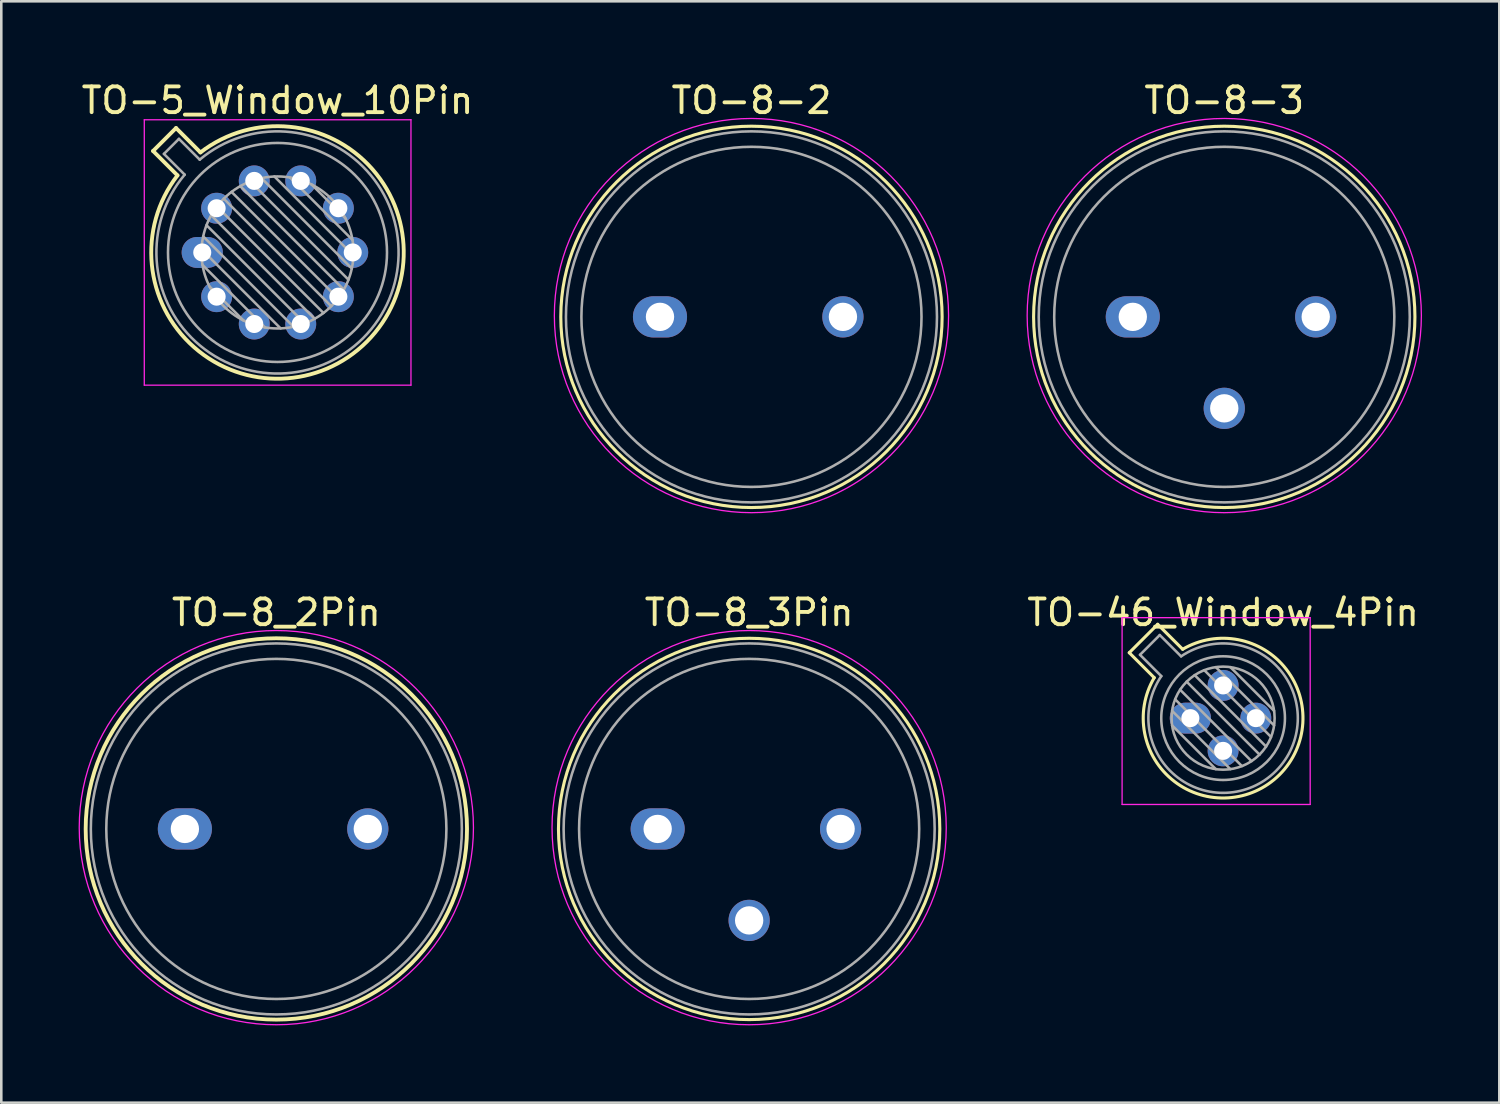
<source format=kicad_pcb>
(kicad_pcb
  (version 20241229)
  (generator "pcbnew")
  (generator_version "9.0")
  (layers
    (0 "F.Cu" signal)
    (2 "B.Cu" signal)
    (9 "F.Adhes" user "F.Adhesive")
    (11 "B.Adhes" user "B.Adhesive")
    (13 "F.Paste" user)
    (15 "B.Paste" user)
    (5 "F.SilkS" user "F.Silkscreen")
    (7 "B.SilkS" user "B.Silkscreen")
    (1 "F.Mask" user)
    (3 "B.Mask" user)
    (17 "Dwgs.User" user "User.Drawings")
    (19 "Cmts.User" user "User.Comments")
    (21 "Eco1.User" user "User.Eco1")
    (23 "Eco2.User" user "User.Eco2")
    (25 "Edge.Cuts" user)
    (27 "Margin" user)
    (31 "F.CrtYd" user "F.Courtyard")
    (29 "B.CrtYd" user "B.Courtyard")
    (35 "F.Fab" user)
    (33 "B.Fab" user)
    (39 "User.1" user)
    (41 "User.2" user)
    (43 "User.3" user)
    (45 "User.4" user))
  (footprint "TO-46_Window_4Pin"
    (layer "F.Cu")
    (at 43.15 24.822)
    (property "Reference" "TO-46_Window_4Pin" (at 1.27 -4.1 0) (layer "F.SilkS") (effects (font (size 1 1) (thickness 0.15))))
    (attr through_hole)
    (fp_line (start -2.372 -2.539) (end -1.403 -1.57) (stroke (width 0.12) (type solid)) (layer "F.SilkS"))
    (fp_line (start -1.269 -3.642) (end -2.372 -2.539) (stroke (width 0.12) (type solid)) (layer "F.SilkS"))
    (fp_line (start -0.3 -2.673) (end -1.269 -3.642) (stroke (width 0.12) (type solid)) (layer "F.SilkS"))
    (fp_arc (start -0.299966 -2.673052) (mid 3.462031 2.192031) (end -1.403052 -1.569965) (stroke (width 0.12) (type solid)) (layer "F.SilkS"))
    (fp_line (start -2.65 -3.9) (end -2.65 3.35) (stroke (width 0.05) (type solid)) (layer "F.CrtYd"))
    (fp_line (start -2.65 3.35) (end 4.65 3.35) (stroke (width 0.05) (type solid)) (layer "F.CrtYd"))
    (fp_line (start 4.65 -3.9) (end -2.65 -3.9) (stroke (width 0.05) (type solid)) (layer "F.CrtYd"))
    (fp_line (start 4.65 3.35) (end 4.65 -3.9) (stroke (width 0.05) (type solid)) (layer "F.CrtYd"))
    (fp_line (start -1.955 -2.458) (end -1.128 -1.631) (stroke (width 0.1) (type solid)) (layer "F.Fab"))
    (fp_line (start -1.188 -3.225) (end -1.955 -2.458) (stroke (width 0.1) (type solid)) (layer "F.Fab"))
    (fp_line (start -0.71 -0.283) (end 1.553 1.98) (stroke (width 0.1) (type solid)) (layer "F.Fab"))
    (fp_line (start -0.71 0.283) (end 0.987 1.98) (stroke (width 0.1) (type solid)) (layer "F.Fab"))
    (fp_line (start -0.592 -0.731) (end 2.001 1.862) (stroke (width 0.1) (type solid)) (layer "F.Fab"))
    (fp_line (start -0.399 -1.103) (end 2.373 1.669) (stroke (width 0.1) (type solid)) (layer "F.Fab"))
    (fp_line (start -0.361 -2.398) (end -1.188 -3.225) (stroke (width 0.1) (type solid)) (layer "F.Fab"))
    (fp_line (start -0.145 -1.415) (end 2.685 1.415) (stroke (width 0.1) (type solid)) (layer "F.Fab"))
    (fp_line (start 0.167 -1.669) (end 2.939 1.103) (stroke (width 0.1) (type solid)) (layer "F.Fab"))
    (fp_line (start 0.539 -1.862) (end 3.132 0.731) (stroke (width 0.1) (type solid)) (layer "F.Fab"))
    (fp_line (start 0.987 -1.98) (end 3.25 0.283) (stroke (width 0.1) (type solid)) (layer "F.Fab"))
    (fp_line (start 1.553 -1.98) (end 3.25 -0.283) (stroke (width 0.1) (type solid)) (layer "F.Fab"))
    (fp_arc (start -0.360736 -2.398061) (mid 3.320609 2.050609) (end -1.128061 -1.630736) (stroke (width 0.1) (type solid)) (layer "F.Fab"))
    (fp_circle (center 1.27 0) (end 3.27 0) (stroke (width 0.1) (type solid)) (fill no) (layer "F.Fab"))
    (fp_circle (center 1.27 0) (end 3.67 0) (stroke (width 0.1) (type solid)) (fill no) (layer "F.Fab"))
    (pad "1" thru_hole oval (at 0 0) (size 1.6 1.2) (drill 0.7) (layers "*.Cu" "*.Mask"))
    (pad "2" thru_hole oval (at 1.27 1.27) (size 1.2 1.2) (drill 0.7) (layers "*.Cu" "*.Mask"))
    (pad "3" thru_hole oval (at 2.54 0) (size 1.2 1.2) (drill 0.7) (layers "*.Cu" "*.Mask"))
    (pad "4" thru_hole oval (at 1.27 -1.27) (size 1.2 1.2) (drill 0.7) (layers "*.Cu" "*.Mask")))
  (footprint "TO-5_Window_10Pin"
    (layer "F.Cu")
    (at 4.8 6.748)
    (property "Reference" "TO-5_Window_10Pin" (at 2.92 -5.9 0) (layer "F.SilkS") (effects (font (size 1 1) (thickness 0.15))))
    (attr through_hole)
    (fp_line (start -1.909 -3.938) (end -0.962 -2.991) (stroke (width 0.15) (type solid)) (layer "F.SilkS"))
    (fp_line (start -1.018 -4.829) (end -1.909 -3.938) (stroke (width 0.15) (type solid)) (layer "F.SilkS"))
    (fp_line (start -0.071 -3.882) (end -1.018 -4.829) (stroke (width 0.15) (type solid)) (layer "F.SilkS"))
    (fp_arc (start -0.070589 -3.881543) (mid 6.384823 3.464823) (end -0.961543 -2.990588) (stroke (width 0.15) (type solid)) (layer "F.SilkS"))
    (fp_line (start -2.25 -5.15) (end -2.25 5.15) (stroke (width 0.05) (type solid)) (layer "F.CrtYd"))
    (fp_line (start -2.25 5.15) (end 8.1 5.15) (stroke (width 0.05) (type solid)) (layer "F.CrtYd"))
    (fp_line (start 8.1 -5.15) (end -2.25 -5.15) (stroke (width 0.05) (type solid)) (layer "F.CrtYd"))
    (fp_line (start 8.1 5.15) (end 8.1 -5.15) (stroke (width 0.05) (type solid)) (layer "F.CrtYd"))
    (fp_line (start -1.488 -3.825) (end -0.682 -3.019) (stroke (width 0.1) (type solid)) (layer "F.Fab"))
    (fp_line (start -0.905 -4.408) (end -1.488 -3.825) (stroke (width 0.1) (type solid)) (layer "F.Fab"))
    (fp_line (start -0.099 -3.602) (end -0.905 -4.408) (stroke (width 0.1) (type solid)) (layer "F.Fab"))
    (fp_line (start -0.028 -0.12) (end 3.04 2.948) (stroke (width 0.1) (type solid)) (layer "F.Fab"))
    (fp_line (start 0.009 0.485) (end 2.435 2.911) (stroke (width 0.1) (type solid)) (layer "F.Fab"))
    (fp_line (start 0.036 -0.622) (end 3.542 2.884) (stroke (width 0.1) (type solid)) (layer "F.Fab"))
    (fp_line (start 0.165 -1.058) (end 3.978 2.755) (stroke (width 0.1) (type solid)) (layer "F.Fab"))
    (fp_line (start 0.283 1.324) (end 1.596 2.637) (stroke (width 0.1) (type solid)) (layer "F.Fab"))
    (fp_line (start 0.346 -1.443) (end 4.363 2.574) (stroke (width 0.1) (type solid)) (layer "F.Fab"))
    (fp_line (start 0.57 -1.784) (end 4.704 2.35) (stroke (width 0.1) (type solid)) (layer "F.Fab"))
    (fp_line (start 0.834 -2.086) (end 5.006 2.086) (stroke (width 0.1) (type solid)) (layer "F.Fab"))
    (fp_line (start 1.136 -2.35) (end 5.27 1.784) (stroke (width 0.1) (type solid)) (layer "F.Fab"))
    (fp_line (start 1.477 -2.574) (end 5.494 1.443) (stroke (width 0.1) (type solid)) (layer "F.Fab"))
    (fp_line (start 1.862 -2.755) (end 5.675 1.058) (stroke (width 0.1) (type solid)) (layer "F.Fab"))
    (fp_line (start 2.298 -2.884) (end 5.804 0.622) (stroke (width 0.1) (type solid)) (layer "F.Fab"))
    (fp_line (start 2.8 -2.948) (end 5.868 0.12) (stroke (width 0.1) (type solid)) (layer "F.Fab"))
    (fp_line (start 3.405 -2.911) (end 5.831 -0.485) (stroke (width 0.1) (type solid)) (layer "F.Fab"))
    (fp_line (start 4.244 -2.637) (end 5.557 -1.324) (stroke (width 0.1) (type solid)) (layer "F.Fab"))
    (fp_arc (start -0.098935 -3.602226) (mid 6.243402 3.323402) (end -0.682226 -3.018935) (stroke (width 0.1) (type solid)) (layer "F.Fab"))
    (fp_circle (center 2.92 0) (end 5.87 0) (stroke (width 0.1) (type solid)) (fill no) (layer "F.Fab"))
    (fp_circle (center 2.92 0) (end 7.17 0) (stroke (width 0.1) (type solid)) (fill no) (layer "F.Fab"))
    (pad "1" thru_hole oval (at 0 0) (size 1.6 1.2) (drill 0.7) (layers "*.Cu" "*.Mask"))
    (pad "2" thru_hole oval (at 0.558 1.716) (size 1.2 1.2) (drill 0.7) (layers "*.Cu" "*.Mask"))
    (pad "3" thru_hole oval (at 2.018 2.777) (size 1.2 1.2) (drill 0.7) (layers "*.Cu" "*.Mask"))
    (pad "4" thru_hole oval (at 3.822 2.777) (size 1.2 1.2) (drill 0.7) (layers "*.Cu" "*.Mask"))
    (pad "5" thru_hole oval (at 5.282 1.716) (size 1.2 1.2) (drill 0.7) (layers "*.Cu" "*.Mask"))
    (pad "6" thru_hole oval (at 5.84 0) (size 1.2 1.2) (drill 0.7) (layers "*.Cu" "*.Mask"))
    (pad "7" thru_hole oval (at 5.282 -1.716) (size 1.2 1.2) (drill 0.7) (layers "*.Cu" "*.Mask"))
    (pad "8" thru_hole oval (at 3.822 -2.777) (size 1.2 1.2) (drill 0.7) (layers "*.Cu" "*.Mask"))
    (pad "9" thru_hole oval (at 2.018 -2.777) (size 1.2 1.2) (drill 0.7) (layers "*.Cu" "*.Mask"))
    (pad "10" thru_hole oval (at 0.558 -1.716) (size 1.2 1.2) (drill 0.7) (layers "*.Cu" "*.Mask")))
  (footprint "TO-8_3Pin"
    (layer "F.Cu")
    (at 22.475 29.122)
    (property "Reference" "TO-8_3Pin" (at 3.55 -8.4 0) (layer "F.SilkS") (effects (font (size 1 1) (thickness 0.15))))
    (attr through_hole)
    (fp_circle (center 3.55 0) (end 10.95 0) (stroke (width 0.12) (type solid)) (fill no) (layer "F.SilkS"))
    (fp_circle (center 3.55 -0.05) (end 11.2 -0.05) (stroke (width 0.05) (type solid)) (fill no) (layer "F.CrtYd"))
    (fp_circle (center 3.55 0) (end 10.15 0) (stroke (width 0.1) (type solid)) (fill no) (layer "F.Fab"))
    (fp_circle (center 3.55 0) (end 10.75 0) (stroke (width 0.1) (type solid)) (fill no) (layer "F.Fab"))
    (pad "1" thru_hole oval (at 0 0) (size 2.1 1.6) (drill 1.1) (layers "*.Cu" "*.Mask"))
    (pad "2" thru_hole oval (at 3.55 3.55) (size 1.6 1.6) (drill 1.1) (layers "*.Cu" "*.Mask"))
    (pad "3" thru_hole oval (at 7.1 0) (size 1.6 1.6) (drill 1.1) (layers "*.Cu" "*.Mask")))
  (footprint "TO-8-3"
    (layer "F.Cu")
    (at 40.915 9.248)
    (property "Reference" "TO-8-3" (at 3.55 -8.4 0) (layer "F.SilkS") (effects (font (size 1 1) (thickness 0.15))))
    (attr through_hole)
    (fp_circle (center 3.55 0) (end 10.95 0) (stroke (width 0.12) (type solid)) (fill no) (layer "F.SilkS"))
    (fp_circle (center 3.55 -0.05) (end 11.2 -0.05) (stroke (width 0.05) (type solid)) (fill no) (layer "F.CrtYd"))
    (fp_circle (center 3.55 0) (end 10.15 0) (stroke (width 0.1) (type solid)) (fill no) (layer "F.Fab"))
    (fp_circle (center 3.55 0) (end 10.75 0) (stroke (width 0.1) (type solid)) (fill no) (layer "F.Fab"))
    (pad "1" thru_hole oval (at 0 0) (size 2.1 1.6) (drill 1.1) (layers "*.Cu" "*.Mask"))
    (pad "2" thru_hole oval (at 3.55 3.55) (size 1.6 1.6) (drill 1.1) (layers "*.Cu" "*.Mask"))
    (pad "3" thru_hole oval (at 7.1 0) (size 1.6 1.6) (drill 1.1) (layers "*.Cu" "*.Mask")))
  (footprint "TO-8-2"
    (layer "F.Cu")
    (at 22.565 9.248)
    (property "Reference" "TO-8-2" (at 3.55 -8.4 0) (layer "F.SilkS") (effects (font (size 1 1) (thickness 0.15))))
    (attr through_hole)
    (fp_circle (center 3.55 0) (end 10.95 0) (stroke (width 0.12) (type solid)) (fill no) (layer "F.SilkS"))
    (fp_circle (center 3.55 -0.05) (end 11.2 -0.05) (stroke (width 0.05) (type solid)) (fill no) (layer "F.CrtYd"))
    (fp_circle (center 3.55 0) (end 10.15 0) (stroke (width 0.1) (type solid)) (fill no) (layer "F.Fab"))
    (fp_circle (center 3.55 0) (end 10.75 0) (stroke (width 0.1) (type solid)) (fill no) (layer "F.Fab"))
    (pad "1" thru_hole oval (at 0 0) (size 2.1 1.6) (drill 1.1) (layers "*.Cu" "*.Mask"))
    (pad "2" thru_hole oval (at 7.1 0) (size 1.6 1.6) (drill 1.1) (layers "*.Cu" "*.Mask")))
  (footprint "TO-8_2Pin"
    (layer "F.Cu")
    (at 4.125 29.122)
    (property "Reference" "TO-8_2Pin" (at 3.55 -8.4 0) (layer "F.SilkS") (effects (font (size 1 1) (thickness 0.15))))
    (attr through_hole)
    (fp_circle (center 3.55 0) (end 10.95 0) (stroke (width 0.15) (type solid)) (fill no) (layer "F.SilkS"))
    (fp_circle (center 3.55 -0.05) (end 11.2 -0.05) (stroke (width 0.05) (type solid)) (fill no) (layer "F.CrtYd"))
    (fp_circle (center 3.55 0) (end 10.15 0) (stroke (width 0.1) (type solid)) (fill no) (layer "F.Fab"))
    (fp_circle (center 3.55 0) (end 10.75 0) (stroke (width 0.1) (type solid)) (fill no) (layer "F.Fab"))
    (pad "1" thru_hole oval (at 0 0) (size 2.1 1.6) (drill 1.1) (layers "*.Cu" "*.Mask"))
    (pad "2" thru_hole oval (at 7.1 0) (size 1.6 1.6) (drill 1.1) (layers "*.Cu" "*.Mask")))
  (gr_rect
    (start -3 -3)
    (end 55.14 39.746)
    (stroke (width 0.1) (type default))
    (fill no)
    (layer "Edge.Cuts")))
</source>
